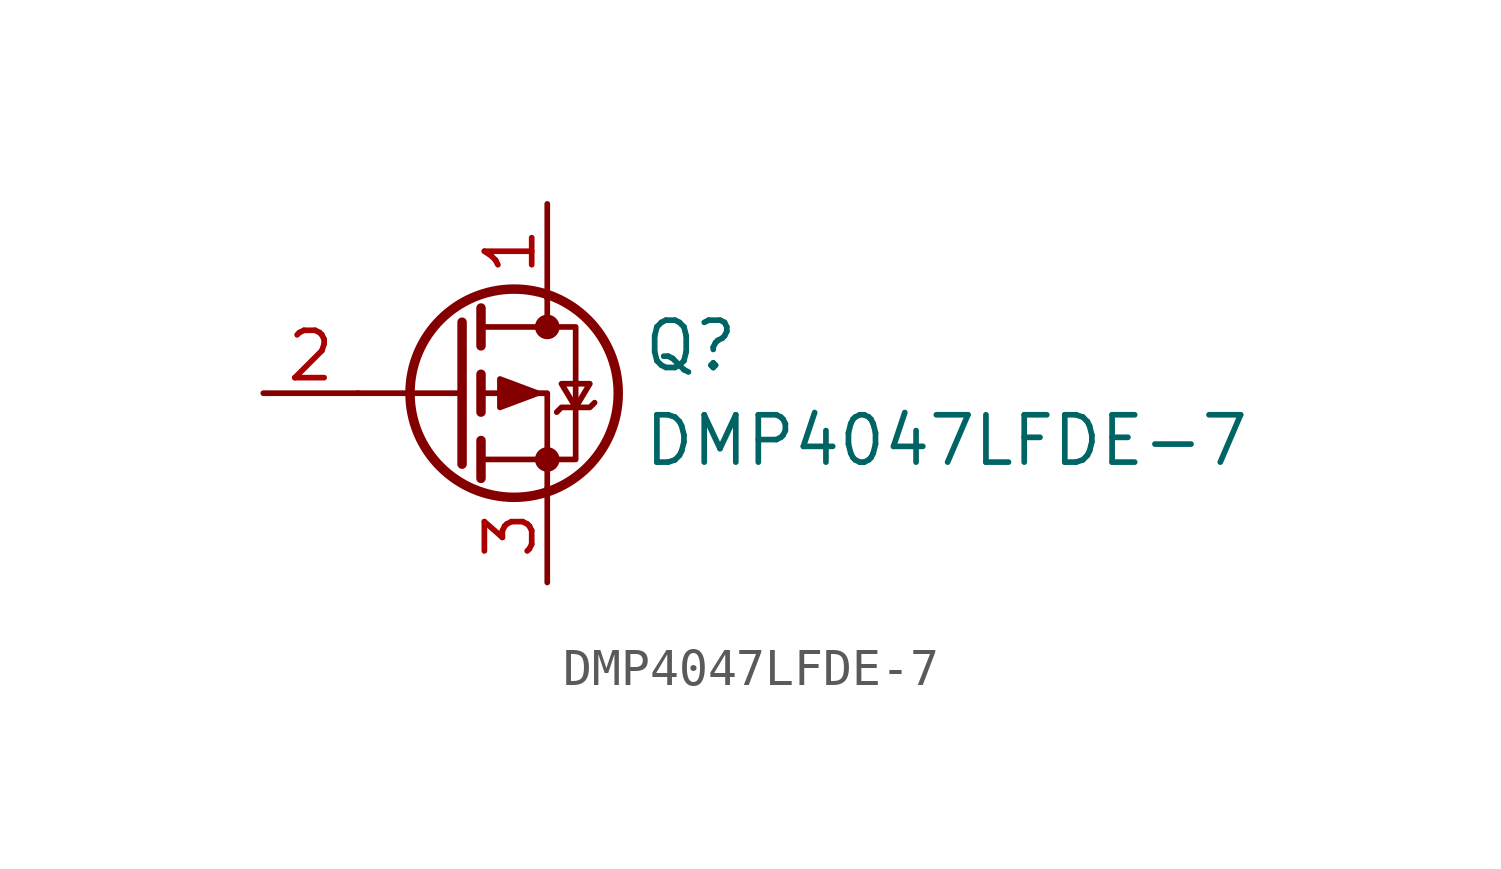
<source format=kicad_sym>
(kicad_symbol_lib
  (version 20211014)
  (generator kicad_symbol_editor)
  (symbol "DMP4047LFDE-7"
    (pin_names
      (offset 0) hide)
    (property "Reference" "Q"
      (at 5.08 1.27 0)
      (effects (font (size 1.27 1.27)) (justify left)))
    (property "Value" "DMP4047LFDE-7"
      (at 5.08 -1.27 0)
      (effects (font (size 1.27 1.27)) (justify left)))
    (symbol "DMP4047LFDE-7_0_1"
      (polyline (pts (xy 0.254 0) (xy -2.54 0)) (stroke (width 0) (type default) (color 0 0 0 0)) (fill (type none)))
      (polyline (pts (xy 0.254 1.905) (xy 0.254 -1.905)) (stroke (width 0.254) (type default) (color 0 0 0 0)) (fill (type none)))
      (polyline (pts (xy 0.762 -1.27) (xy 0.762 -2.286)) (stroke (width 0.254) (type default) (color 0 0 0 0)) (fill (type none)))
      (polyline (pts (xy 0.762 0.508) (xy 0.762 -0.508)) (stroke (width 0.254) (type default) (color 0 0 0 0)) (fill (type none)))
      (polyline (pts (xy 0.762 2.286) (xy 0.762 1.27)) (stroke (width 0.254) (type default) (color 0 0 0 0)) (fill (type none)))
      (polyline (pts (xy 2.54 2.54) (xy 2.54 1.778)) (stroke (width 0) (type default) (color 0 0 0 0)) (fill (type none)))
      (polyline (pts (xy 2.54 -2.54) (xy 2.54 0) (xy 0.762 0)) (stroke (width 0) (type default) (color 0 0 0 0)) (fill (type none)))
      (polyline (pts (xy 0.762 1.778) (xy 3.302 1.778) (xy 3.302 -1.778) (xy 0.762 -1.778)) (stroke (width 0) (type default) (color 0 0 0 0)) (fill (type none)))
      (polyline (pts (xy 2.286 0) (xy 1.27 0.381) (xy 1.27 -0.381) (xy 2.286 0)) (stroke (width 0) (type default) (color 0 0 0 0)) (fill (type outline)))
      (polyline (pts (xy 2.794 -0.508) (xy 2.921 -0.381) (xy 3.683 -0.381) (xy 3.81 -0.254)) (stroke (width 0) (type default) (color 0 0 0 0)) (fill (type none)))
      (polyline (pts (xy 3.302 -0.381) (xy 2.921 0.254) (xy 3.683 0.254) (xy 3.302 -0.381)) (stroke (width 0) (type default) (color 0 0 0 0)) (fill (type none)))
      (circle (center 1.651 0) (radius 2.794) (stroke (width 0.254) (type default) (color 0 0 0 0)) (fill (type none)))
      (circle (center 2.54 -1.778) (radius 0.254) (stroke (width 0) (type default) (color 0 0 0 0)) (fill (type outline)))
      (circle (center 2.54 1.778) (radius 0.254) (stroke (width 0) (type default) (color 0 0 0 0)) (fill (type outline))))
    (symbol "DMP4047LFDE-7_1_1"
      (pin passive line (at 2.54 5.08 270) (length 2.54) (name "D" (effects (font (size 1.27 1.27)))) (number "1" (effects (font (size 1.27 1.27)))))
      (pin input line (at -5.08 0 0) (length 2.54) (name "G" (effects (font (size 1.27 1.27)))) (number "2" (effects (font (size 1.27 1.27)))))
      (pin passive line (at 2.54 -5.08 90) (length 2.54) (name "S" (effects (font (size 1.27 1.27)))) (number "3" (effects (font (size 1.27 1.27))))))))
</source>
